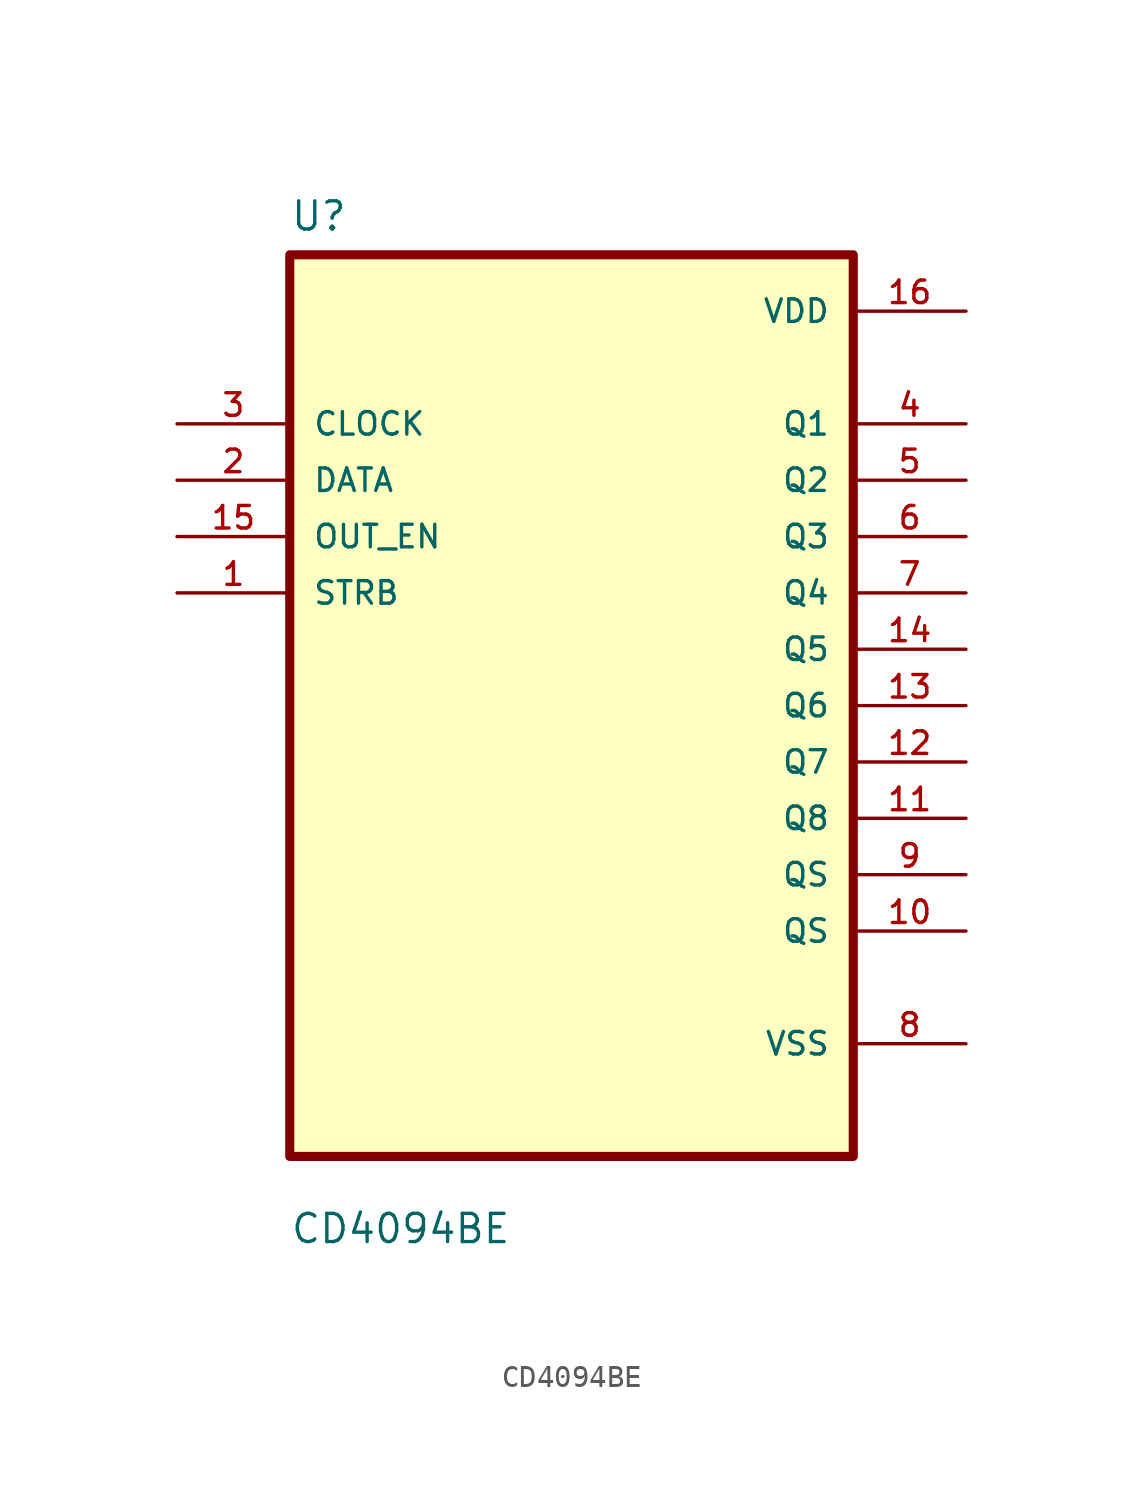
<source format=kicad_sym>
(kicad_symbol_lib
  (version 20220914)
  (generator kicad_symbol_editor)
  (symbol "CD4094BE"
    (pin_names
      (offset 1.016))
    (property "Reference" "U"
      (at -12.7 21.32 0)
      (effects (font (size 1.27 1.27)) (justify left bottom)))
    (property "Value" "CD4094BE"
      (at -12.7 -24.32 0)
      (effects (font (size 1.27 1.27)) (justify left bottom)))
    (symbol "CD4094BE_0_0"
      (rectangle (start -12.7 -20.32) (end 12.7 20.32) (stroke (width 0.41) (type default)) (fill (type background)))
      (pin input line (at -17.78 5.08 0) (length 5.08) (name "STRB" (effects (font (size 1.016 1.016)))) (number "1" (effects (font (size 1.016 1.016)))))
      (pin output line (at 17.78 -10.16 180) (length 5.08) (name "QS" (effects (font (size 1.016 1.016)))) (number "10" (effects (font (size 1.016 1.016)))))
      (pin output line (at 17.78 -5.08 180) (length 5.08) (name "Q8" (effects (font (size 1.016 1.016)))) (number "11" (effects (font (size 1.016 1.016)))))
      (pin output line (at 17.78 -2.54 180) (length 5.08) (name "Q7" (effects (font (size 1.016 1.016)))) (number "12" (effects (font (size 1.016 1.016)))))
      (pin output line (at 17.78 0 180) (length 5.08) (name "Q6" (effects (font (size 1.016 1.016)))) (number "13" (effects (font (size 1.016 1.016)))))
      (pin output line (at 17.78 2.54 180) (length 5.08) (name "Q5" (effects (font (size 1.016 1.016)))) (number "14" (effects (font (size 1.016 1.016)))))
      (pin input line (at -17.78 7.62 0) (length 5.08) (name "OUT_EN" (effects (font (size 1.016 1.016)))) (number "15" (effects (font (size 1.016 1.016)))))
      (pin power_in line (at 17.78 17.78 180) (length 5.08) (name "VDD" (effects (font (size 1.016 1.016)))) (number "16" (effects (font (size 1.016 1.016)))))
      (pin input line (at -17.78 10.16 0) (length 5.08) (name "DATA" (effects (font (size 1.016 1.016)))) (number "2" (effects (font (size 1.016 1.016)))))
      (pin input line (at -17.78 12.7 0) (length 5.08) (name "CLOCK" (effects (font (size 1.016 1.016)))) (number "3" (effects (font (size 1.016 1.016)))))
      (pin output line (at 17.78 12.7 180) (length 5.08) (name "Q1" (effects (font (size 1.016 1.016)))) (number "4" (effects (font (size 1.016 1.016)))))
      (pin output line (at 17.78 10.16 180) (length 5.08) (name "Q2" (effects (font (size 1.016 1.016)))) (number "5" (effects (font (size 1.016 1.016)))))
      (pin output line (at 17.78 7.62 180) (length 5.08) (name "Q3" (effects (font (size 1.016 1.016)))) (number "6" (effects (font (size 1.016 1.016)))))
      (pin output line (at 17.78 5.08 180) (length 5.08) (name "Q4" (effects (font (size 1.016 1.016)))) (number "7" (effects (font (size 1.016 1.016)))))
      (pin power_in line (at 17.78 -15.24 180) (length 5.08) (name "VSS" (effects (font (size 1.016 1.016)))) (number "8" (effects (font (size 1.016 1.016)))))
      (pin output line (at 17.78 -7.62 180) (length 5.08) (name "QS" (effects (font (size 1.016 1.016)))) (number "9" (effects (font (size 1.016 1.016))))))))
</source>
